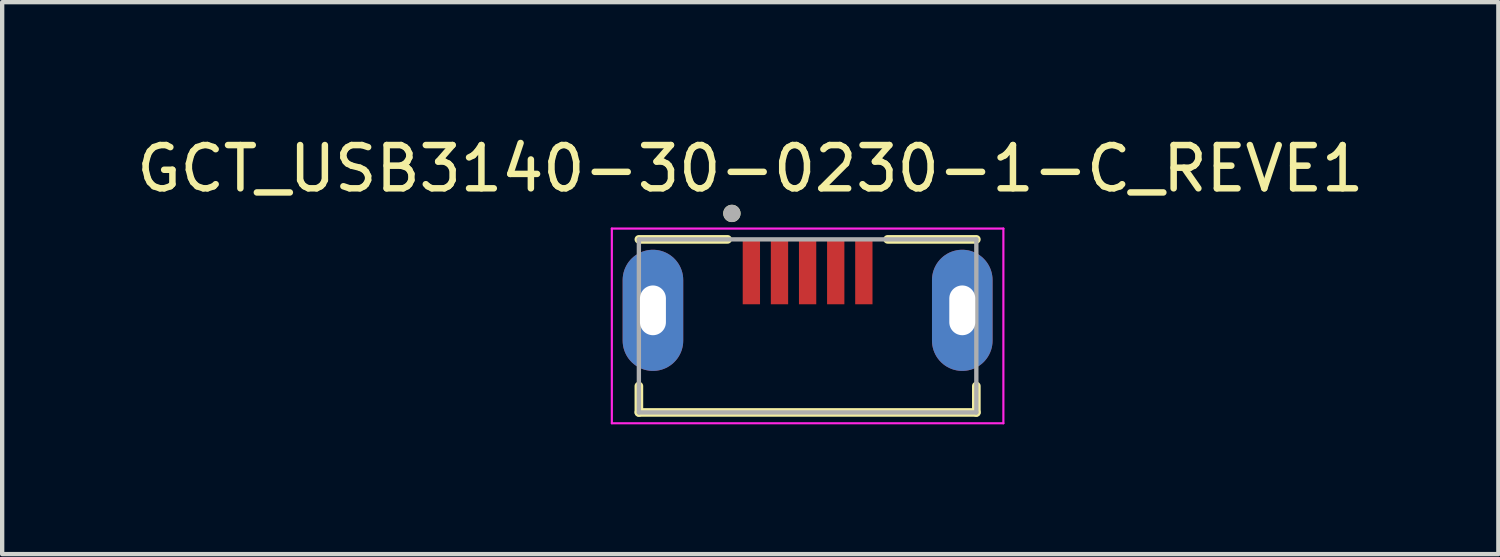
<source format=kicad_pcb>
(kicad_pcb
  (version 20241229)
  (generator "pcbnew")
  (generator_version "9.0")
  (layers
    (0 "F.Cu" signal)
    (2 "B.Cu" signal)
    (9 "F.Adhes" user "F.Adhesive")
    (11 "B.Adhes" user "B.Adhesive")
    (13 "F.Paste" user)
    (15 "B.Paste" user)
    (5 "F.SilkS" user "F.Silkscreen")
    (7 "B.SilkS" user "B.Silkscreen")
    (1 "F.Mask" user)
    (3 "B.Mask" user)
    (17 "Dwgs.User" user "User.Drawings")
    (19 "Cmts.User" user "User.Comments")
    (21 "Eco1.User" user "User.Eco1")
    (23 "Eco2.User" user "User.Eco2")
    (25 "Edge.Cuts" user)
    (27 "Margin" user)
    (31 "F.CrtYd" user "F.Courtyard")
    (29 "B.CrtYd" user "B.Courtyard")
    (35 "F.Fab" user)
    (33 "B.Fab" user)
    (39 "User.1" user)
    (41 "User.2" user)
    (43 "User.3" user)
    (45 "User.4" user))
  (footprint "GCT_USB3140-30-0230-1-C_REVE1"
    (layer "F.Cu")
    (at 15.617 4.483)
    (property "Reference" "GCT_USB3140-30-0230-1-C_REVE1" (at -1.325 -3.635 0) (layer "F.SilkS") (effects (font (size 1 1) (thickness 0.15))))
    (attr smd)
    (fp_poly (pts (xy -3.575 0.615) (xy -3.612 0.614) (xy -3.648 0.611) (xy -3.685 0.606) (xy -3.721 0.6) (xy -3.756 0.591) (xy -3.791 0.581) (xy -3.826 0.569) (xy -3.86 0.554) (xy -3.893 0.539) (xy -3.925 0.521) (xy -3.956 0.502) (xy -3.986 0.481) (xy -4.016 0.459) (xy -4.043 0.435) (xy -4.07 0.41) (xy -4.095 0.383) (xy -4.119 0.356) (xy -4.141 0.326) (xy -4.162 0.296) (xy -4.181 0.265) (xy -4.199 0.233) (xy -4.214 0.2) (xy -4.229 0.166) (xy -4.241 0.131) (xy -4.251 0.096) (xy -4.26 0.061) (xy -4.266 0.025) (xy -4.271 -0.012) (xy -4.274 -0.048) (xy -4.275 -0.085) (xy -4.275 -0.635) (xy -4.274 -0.672) (xy -4.271 -0.708) (xy -4.266 -0.745) (xy -4.26 -0.781) (xy -4.251 -0.816) (xy -4.241 -0.851) (xy -4.229 -0.886) (xy -4.214 -0.92) (xy -4.199 -0.953) (xy -4.181 -0.985) (xy -4.162 -1.016) (xy -4.141 -1.046) (xy -4.119 -1.076) (xy -4.095 -1.103) (xy -4.07 -1.13) (xy -4.043 -1.155) (xy -4.016 -1.179) (xy -3.986 -1.201) (xy -3.956 -1.222) (xy -3.925 -1.241) (xy -3.893 -1.259) (xy -3.86 -1.274) (xy -3.826 -1.289) (xy -3.791 -1.301) (xy -3.756 -1.311) (xy -3.721 -1.32) (xy -3.685 -1.326) (xy -3.648 -1.331) (xy -3.612 -1.334) (xy -3.575 -1.335) (xy -3.538 -1.334) (xy -3.502 -1.331) (xy -3.465 -1.326) (xy -3.429 -1.32) (xy -3.394 -1.311) (xy -3.359 -1.301) (xy -3.324 -1.289) (xy -3.29 -1.274) (xy -3.257 -1.259) (xy -3.225 -1.241) (xy -3.194 -1.222) (xy -3.164 -1.201) (xy -3.134 -1.179) (xy -3.107 -1.155) (xy -3.08 -1.13) (xy -3.055 -1.103) (xy -3.031 -1.076) (xy -3.009 -1.046) (xy -2.988 -1.016) (xy -2.969 -0.985) (xy -2.951 -0.953) (xy -2.936 -0.92) (xy -2.921 -0.886) (xy -2.909 -0.851) (xy -2.899 -0.816) (xy -2.89 -0.781) (xy -2.884 -0.745) (xy -2.879 -0.708) (xy -2.876 -0.672) (xy -2.875 -0.635) (xy -2.875 -0.085) (xy -2.876 -0.048) (xy -2.879 -0.012) (xy -2.884 0.025) (xy -2.89 0.061) (xy -2.899 0.096) (xy -2.909 0.131) (xy -2.921 0.166) (xy -2.936 0.2) (xy -2.951 0.233) (xy -2.969 0.265) (xy -2.988 0.296) (xy -3.009 0.326) (xy -3.031 0.356) (xy -3.055 0.383) (xy -3.08 0.41) (xy -3.107 0.435) (xy -3.134 0.459) (xy -3.164 0.481) (xy -3.194 0.502) (xy -3.225 0.521) (xy -3.257 0.539) (xy -3.29 0.554) (xy -3.324 0.569) (xy -3.359 0.581) (xy -3.394 0.591) (xy -3.429 0.6) (xy -3.465 0.606) (xy -3.502 0.611) (xy -3.538 0.614) (xy -3.575 0.615)) (stroke (width 0.01) (type solid)) (fill yes) (layer "F.Mask"))
    (fp_poly (pts (xy 3.575 0.615) (xy 3.538 0.614) (xy 3.502 0.611) (xy 3.465 0.606) (xy 3.429 0.6) (xy 3.394 0.591) (xy 3.359 0.581) (xy 3.324 0.569) (xy 3.29 0.554) (xy 3.257 0.539) (xy 3.225 0.521) (xy 3.194 0.502) (xy 3.164 0.481) (xy 3.134 0.459) (xy 3.107 0.435) (xy 3.08 0.41) (xy 3.055 0.383) (xy 3.031 0.356) (xy 3.009 0.326) (xy 2.988 0.296) (xy 2.969 0.265) (xy 2.951 0.233) (xy 2.936 0.2) (xy 2.921 0.166) (xy 2.909 0.131) (xy 2.899 0.096) (xy 2.89 0.061) (xy 2.884 0.025) (xy 2.879 -0.012) (xy 2.876 -0.048) (xy 2.875 -0.085) (xy 2.875 -0.635) (xy 2.876 -0.672) (xy 2.879 -0.708) (xy 2.884 -0.745) (xy 2.89 -0.781) (xy 2.899 -0.816) (xy 2.909 -0.851) (xy 2.921 -0.886) (xy 2.936 -0.92) (xy 2.951 -0.953) (xy 2.969 -0.985) (xy 2.988 -1.016) (xy 3.009 -1.046) (xy 3.031 -1.076) (xy 3.055 -1.103) (xy 3.08 -1.13) (xy 3.107 -1.155) (xy 3.134 -1.179) (xy 3.164 -1.201) (xy 3.194 -1.222) (xy 3.225 -1.241) (xy 3.257 -1.259) (xy 3.29 -1.274) (xy 3.324 -1.289) (xy 3.359 -1.301) (xy 3.394 -1.311) (xy 3.429 -1.32) (xy 3.465 -1.326) (xy 3.502 -1.331) (xy 3.538 -1.334) (xy 3.575 -1.335) (xy 3.612 -1.334) (xy 3.648 -1.331) (xy 3.685 -1.326) (xy 3.721 -1.32) (xy 3.756 -1.311) (xy 3.791 -1.301) (xy 3.826 -1.289) (xy 3.86 -1.274) (xy 3.893 -1.259) (xy 3.925 -1.241) (xy 3.956 -1.222) (xy 3.986 -1.201) (xy 4.016 -1.179) (xy 4.043 -1.155) (xy 4.07 -1.13) (xy 4.095 -1.103) (xy 4.119 -1.076) (xy 4.141 -1.046) (xy 4.162 -1.016) (xy 4.181 -0.985) (xy 4.199 -0.953) (xy 4.214 -0.92) (xy 4.229 -0.886) (xy 4.241 -0.851) (xy 4.251 -0.816) (xy 4.26 -0.781) (xy 4.266 -0.745) (xy 4.271 -0.708) (xy 4.274 -0.672) (xy 4.275 -0.635) (xy 4.275 -0.085) (xy 4.274 -0.048) (xy 4.271 -0.012) (xy 4.266 0.025) (xy 4.26 0.061) (xy 4.251 0.096) (xy 4.241 0.131) (xy 4.229 0.166) (xy 4.214 0.2) (xy 4.199 0.233) (xy 4.181 0.265) (xy 4.162 0.296) (xy 4.141 0.326) (xy 4.119 0.356) (xy 4.095 0.383) (xy 4.07 0.41) (xy 4.043 0.435) (xy 4.016 0.459) (xy 3.986 0.481) (xy 3.956 0.502) (xy 3.925 0.521) (xy 3.893 0.539) (xy 3.86 0.554) (xy 3.826 0.569) (xy 3.791 0.581) (xy 3.756 0.591) (xy 3.721 0.6) (xy 3.685 0.606) (xy 3.648 0.611) (xy 3.612 0.614) (xy 3.575 0.615)) (stroke (width 0.01) (type solid)) (fill yes) (layer "F.Mask"))
    (fp_poly (pts (xy -3.575 0.615) (xy -3.612 0.614) (xy -3.648 0.611) (xy -3.685 0.606) (xy -3.721 0.6) (xy -3.756 0.591) (xy -3.791 0.581) (xy -3.826 0.569) (xy -3.86 0.554) (xy -3.893 0.539) (xy -3.925 0.521) (xy -3.956 0.502) (xy -3.986 0.481) (xy -4.016 0.459) (xy -4.043 0.435) (xy -4.07 0.41) (xy -4.095 0.383) (xy -4.119 0.356) (xy -4.141 0.326) (xy -4.162 0.296) (xy -4.181 0.265) (xy -4.199 0.233) (xy -4.214 0.2) (xy -4.229 0.166) (xy -4.241 0.131) (xy -4.251 0.096) (xy -4.26 0.061) (xy -4.266 0.025) (xy -4.271 -0.012) (xy -4.274 -0.048) (xy -4.275 -0.085) (xy -4.275 -0.635) (xy -4.274 -0.672) (xy -4.271 -0.708) (xy -4.266 -0.745) (xy -4.26 -0.781) (xy -4.251 -0.816) (xy -4.241 -0.851) (xy -4.229 -0.886) (xy -4.214 -0.92) (xy -4.199 -0.953) (xy -4.181 -0.985) (xy -4.162 -1.016) (xy -4.141 -1.046) (xy -4.119 -1.076) (xy -4.095 -1.103) (xy -4.07 -1.13) (xy -4.043 -1.155) (xy -4.016 -1.179) (xy -3.986 -1.201) (xy -3.956 -1.222) (xy -3.925 -1.241) (xy -3.893 -1.259) (xy -3.86 -1.274) (xy -3.826 -1.289) (xy -3.791 -1.301) (xy -3.756 -1.311) (xy -3.721 -1.32) (xy -3.685 -1.326) (xy -3.648 -1.331) (xy -3.612 -1.334) (xy -3.575 -1.335) (xy -3.538 -1.334) (xy -3.502 -1.331) (xy -3.465 -1.326) (xy -3.429 -1.32) (xy -3.394 -1.311) (xy -3.359 -1.301) (xy -3.324 -1.289) (xy -3.29 -1.274) (xy -3.257 -1.259) (xy -3.225 -1.241) (xy -3.194 -1.222) (xy -3.164 -1.201) (xy -3.134 -1.179) (xy -3.107 -1.155) (xy -3.08 -1.13) (xy -3.055 -1.103) (xy -3.031 -1.076) (xy -3.009 -1.046) (xy -2.988 -1.016) (xy -2.969 -0.985) (xy -2.951 -0.953) (xy -2.936 -0.92) (xy -2.921 -0.886) (xy -2.909 -0.851) (xy -2.899 -0.816) (xy -2.89 -0.781) (xy -2.884 -0.745) (xy -2.879 -0.708) (xy -2.876 -0.672) (xy -2.875 -0.635) (xy -2.875 -0.085) (xy -2.876 -0.048) (xy -2.879 -0.012) (xy -2.884 0.025) (xy -2.89 0.061) (xy -2.899 0.096) (xy -2.909 0.131) (xy -2.921 0.166) (xy -2.936 0.2) (xy -2.951 0.233) (xy -2.969 0.265) (xy -2.988 0.296) (xy -3.009 0.326) (xy -3.031 0.356) (xy -3.055 0.383) (xy -3.08 0.41) (xy -3.107 0.435) (xy -3.134 0.459) (xy -3.164 0.481) (xy -3.194 0.502) (xy -3.225 0.521) (xy -3.257 0.539) (xy -3.29 0.554) (xy -3.324 0.569) (xy -3.359 0.581) (xy -3.394 0.591) (xy -3.429 0.6) (xy -3.465 0.606) (xy -3.502 0.611) (xy -3.538 0.614) (xy -3.575 0.615)) (stroke (width 0.01) (type solid)) (fill yes) (layer "B.Mask"))
    (fp_poly (pts (xy 3.575 0.615) (xy 3.538 0.614) (xy 3.502 0.611) (xy 3.465 0.606) (xy 3.429 0.6) (xy 3.394 0.591) (xy 3.359 0.581) (xy 3.324 0.569) (xy 3.29 0.554) (xy 3.257 0.539) (xy 3.225 0.521) (xy 3.194 0.502) (xy 3.164 0.481) (xy 3.134 0.459) (xy 3.107 0.435) (xy 3.08 0.41) (xy 3.055 0.383) (xy 3.031 0.356) (xy 3.009 0.326) (xy 2.988 0.296) (xy 2.969 0.265) (xy 2.951 0.233) (xy 2.936 0.2) (xy 2.921 0.166) (xy 2.909 0.131) (xy 2.899 0.096) (xy 2.89 0.061) (xy 2.884 0.025) (xy 2.879 -0.012) (xy 2.876 -0.048) (xy 2.875 -0.085) (xy 2.875 -0.635) (xy 2.876 -0.672) (xy 2.879 -0.708) (xy 2.884 -0.745) (xy 2.89 -0.781) (xy 2.899 -0.816) (xy 2.909 -0.851) (xy 2.921 -0.886) (xy 2.936 -0.92) (xy 2.951 -0.953) (xy 2.969 -0.985) (xy 2.988 -1.016) (xy 3.009 -1.046) (xy 3.031 -1.076) (xy 3.055 -1.103) (xy 3.08 -1.13) (xy 3.107 -1.155) (xy 3.134 -1.179) (xy 3.164 -1.201) (xy 3.194 -1.222) (xy 3.225 -1.241) (xy 3.257 -1.259) (xy 3.29 -1.274) (xy 3.324 -1.289) (xy 3.359 -1.301) (xy 3.394 -1.311) (xy 3.429 -1.32) (xy 3.465 -1.326) (xy 3.502 -1.331) (xy 3.538 -1.334) (xy 3.575 -1.335) (xy 3.612 -1.334) (xy 3.648 -1.331) (xy 3.685 -1.326) (xy 3.721 -1.32) (xy 3.756 -1.311) (xy 3.791 -1.301) (xy 3.826 -1.289) (xy 3.86 -1.274) (xy 3.893 -1.259) (xy 3.925 -1.241) (xy 3.956 -1.222) (xy 3.986 -1.201) (xy 4.016 -1.179) (xy 4.043 -1.155) (xy 4.07 -1.13) (xy 4.095 -1.103) (xy 4.119 -1.076) (xy 4.141 -1.046) (xy 4.162 -1.016) (xy 4.181 -0.985) (xy 4.199 -0.953) (xy 4.214 -0.92) (xy 4.229 -0.886) (xy 4.241 -0.851) (xy 4.251 -0.816) (xy 4.26 -0.781) (xy 4.266 -0.745) (xy 4.271 -0.708) (xy 4.274 -0.672) (xy 4.275 -0.635) (xy 4.275 -0.085) (xy 4.274 -0.048) (xy 4.271 -0.012) (xy 4.266 0.025) (xy 4.26 0.061) (xy 4.251 0.096) (xy 4.241 0.131) (xy 4.229 0.166) (xy 4.214 0.2) (xy 4.199 0.233) (xy 4.181 0.265) (xy 4.162 0.296) (xy 4.141 0.326) (xy 4.119 0.356) (xy 4.095 0.383) (xy 4.07 0.41) (xy 4.043 0.435) (xy 4.016 0.459) (xy 3.986 0.481) (xy 3.956 0.502) (xy 3.925 0.521) (xy 3.893 0.539) (xy 3.86 0.554) (xy 3.826 0.569) (xy 3.791 0.581) (xy 3.756 0.591) (xy 3.721 0.6) (xy 3.685 0.606) (xy 3.648 0.611) (xy 3.612 0.614) (xy 3.575 0.615)) (stroke (width 0.01) (type solid)) (fill yes) (layer "B.Mask"))
    (fp_line (start -3.9 -2) (end -1.85 -2) (stroke (width 0.2) (type solid)) (layer "F.SilkS"))
    (fp_line (start -3.9 2) (end -3.9 1.39) (stroke (width 0.2) (type solid)) (layer "F.SilkS"))
    (fp_line (start -3.9 2) (end 3.9 2) (stroke (width 0.2) (type solid)) (layer "F.SilkS"))
    (fp_line (start 1.85 -2) (end 3.9 -2) (stroke (width 0.2) (type solid)) (layer "F.SilkS"))
    (fp_line (start 3.9 2) (end 3.9 1.39) (stroke (width 0.2) (type solid)) (layer "F.SilkS"))
    (fp_circle (center -1.75 -2.6) (end -1.65 -2.6) (stroke (width 0.2) (type solid)) (fill no) (layer "F.SilkS"))
    (fp_line (start -4.525 -2.25) (end 4.525 -2.25) (stroke (width 0.05) (type solid)) (layer "F.CrtYd"))
    (fp_line (start -4.525 2.25) (end -4.525 -2.25) (stroke (width 0.05) (type solid)) (layer "F.CrtYd"))
    (fp_line (start -4.525 2.25) (end 4.525 2.25) (stroke (width 0.05) (type solid)) (layer "F.CrtYd"))
    (fp_line (start 4.525 2.25) (end 4.525 -2.25) (stroke (width 0.05) (type solid)) (layer "F.CrtYd"))
    (fp_line (start -3.9 -2) (end 3.9 -2) (stroke (width 0.1) (type solid)) (layer "F.Fab"))
    (fp_line (start -3.9 2) (end -3.9 -2) (stroke (width 0.1) (type solid)) (layer "F.Fab"))
    (fp_line (start -3.9 2) (end 3.9 2) (stroke (width 0.1) (type solid)) (layer "F.Fab"))
    (fp_line (start 3.9 2) (end 3.9 -2) (stroke (width 0.1) (type solid)) (layer "F.Fab"))
    (fp_circle (center -1.75 -2.6) (end -1.65 -2.6) (stroke (width 0.2) (type solid)) (fill no) (layer "F.Fab"))
    (pad "1" smd rect (at -1.3 -1.25) (size 0.4 1.5) (layers "F.Cu" "F.Mask" "F.Paste"))
    (pad "2" smd rect (at -0.65 -1.25) (size 0.4 1.5) (layers "F.Cu" "F.Mask" "F.Paste"))
    (pad "3" smd rect (at 0 -1.25) (size 0.4 1.5) (layers "F.Cu" "F.Mask" "F.Paste"))
    (pad "4" smd rect (at 0.65 -1.25) (size 0.4 1.5) (layers "F.Cu" "F.Mask" "F.Paste"))
    (pad "5" smd rect (at 1.3 -1.25) (size 0.4 1.5) (layers "F.Cu" "F.Mask" "F.Paste"))
    (pad "S1" thru_hole oval (at -3.575 -0.36) (size 1.4 2.8) (drill oval 0.6 1.15) (layers "*.Cu"))
    (pad "S2" thru_hole oval (at 3.575 -0.36) (size 1.4 2.8) (drill oval 0.6 1.15) (layers "*.Cu")))
  (gr_rect
    (start -3 -3)
    (end 31.583 9.758)
    (stroke (width 0.1) (type default))
    (fill no)
    (layer "Edge.Cuts")))
</source>
